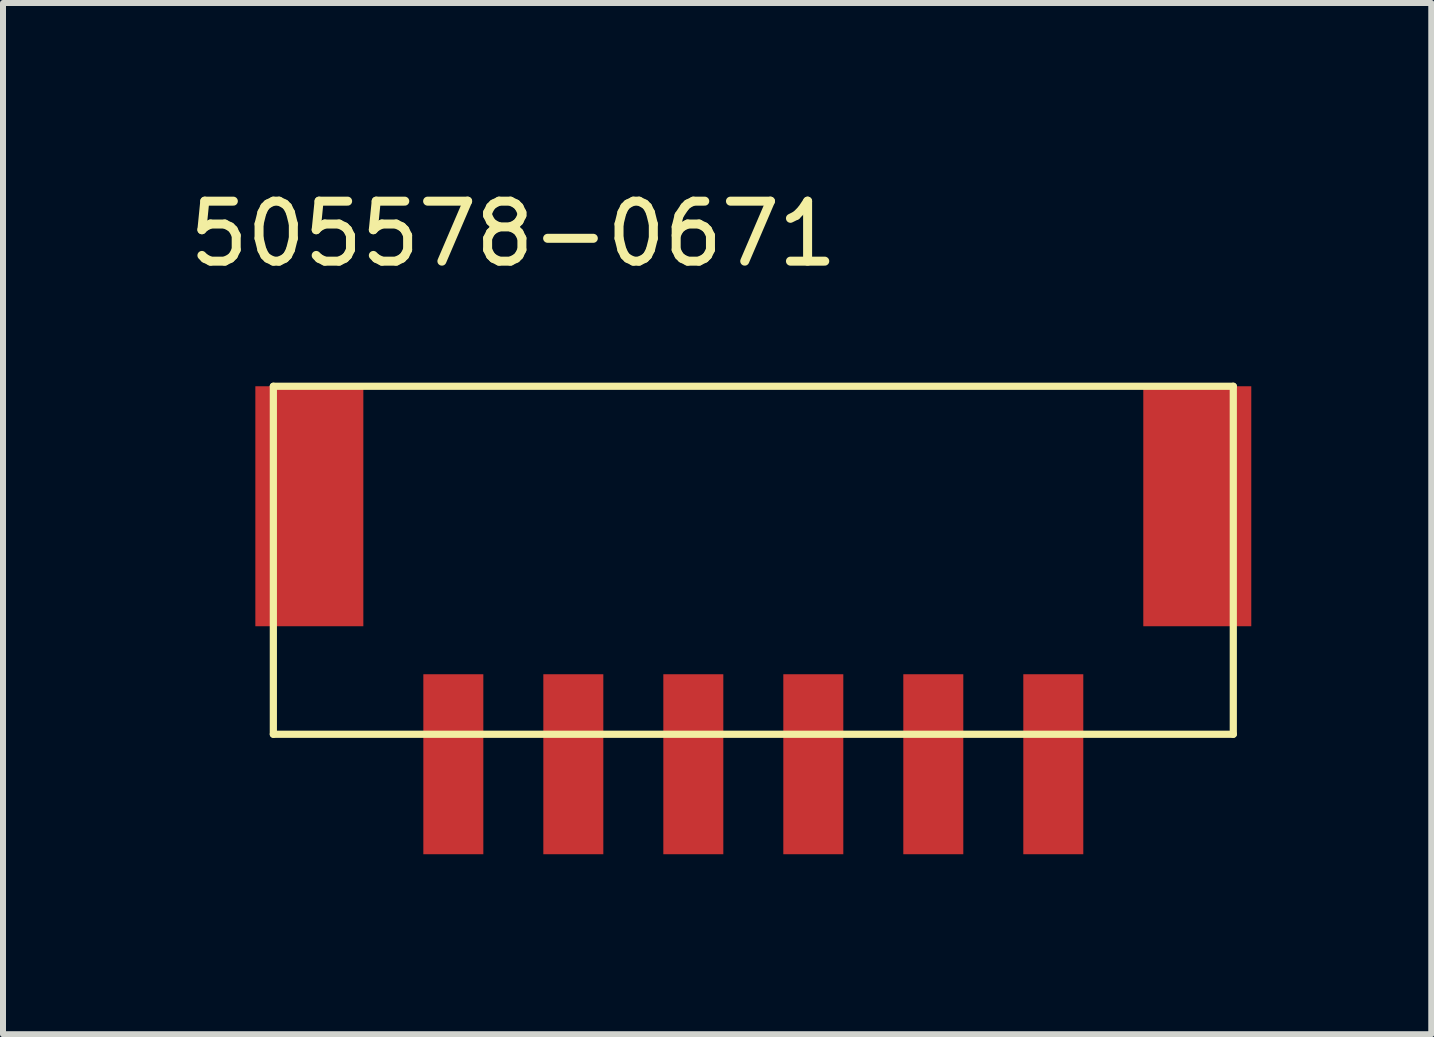
<source format=kicad_pcb>
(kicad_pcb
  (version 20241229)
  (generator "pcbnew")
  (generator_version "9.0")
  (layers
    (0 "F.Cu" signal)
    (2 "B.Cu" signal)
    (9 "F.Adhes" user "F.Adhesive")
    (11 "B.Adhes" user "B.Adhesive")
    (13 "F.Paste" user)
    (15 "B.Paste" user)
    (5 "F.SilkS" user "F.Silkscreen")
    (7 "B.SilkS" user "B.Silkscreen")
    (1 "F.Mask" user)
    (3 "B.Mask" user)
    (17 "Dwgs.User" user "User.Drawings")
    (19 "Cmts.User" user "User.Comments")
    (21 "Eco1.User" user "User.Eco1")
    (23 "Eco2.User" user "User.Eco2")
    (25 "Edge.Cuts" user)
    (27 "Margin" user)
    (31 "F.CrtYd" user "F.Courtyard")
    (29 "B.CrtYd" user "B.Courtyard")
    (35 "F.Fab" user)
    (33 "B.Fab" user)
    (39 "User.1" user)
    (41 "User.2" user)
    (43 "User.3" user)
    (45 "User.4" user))
  (footprint "505578-0671"
    (layer "F.Cu")
    (at 9.506 3.388)
    (property "Reference" "505578-0671" (at -4 -2.54 0) (layer "F.SilkS") (effects (font (size 1 1) (thickness 0.15))))
    (attr through_hole)
    (fp_line (start -8 0) (end -8 5.8) (stroke (width 0.12) (type solid)) (layer "F.SilkS"))
    (fp_line (start -8 0) (end 8 0) (stroke (width 0.12) (type solid)) (layer "F.SilkS"))
    (fp_line (start -8 5.8) (end 8 5.8) (stroke (width 0.12) (type solid)) (layer "F.SilkS"))
    (fp_line (start 8 0) (end 8 5.8) (stroke (width 0.12) (type solid)) (layer "F.SilkS"))
    (pad "1" smd rect (at -5 6.3) (size 1 3) (layers "F.Cu" "F.Mask" "F.Paste"))
    (pad "2" smd rect (at -3 6.3) (size 1 3) (layers "F.Cu" "F.Mask" "F.Paste"))
    (pad "3" smd rect (at -1 6.3) (size 1 3) (layers "F.Cu" "F.Mask" "F.Paste"))
    (pad "4" smd rect (at 1 6.3) (size 1 3) (layers "F.Cu" "F.Mask" "F.Paste"))
    (pad "5" smd rect (at 3 6.3) (size 1 3) (layers "F.Cu" "F.Mask" "F.Paste"))
    (pad "6" smd rect (at 5 6.3) (size 1 3) (layers "F.Cu" "F.Mask" "F.Paste"))
    (pad "P1" smd rect (at -7.4 2) (size 1.8 4) (layers "F.Cu" "F.Mask" "F.Paste"))
    (pad "P2" smd rect (at 7.4 2) (size 1.8 4) (layers "F.Cu" "F.Mask" "F.Paste")))
  (gr_rect
    (start -3 -3)
    (end 20.806 14.188)
    (stroke (width 0.1) (type default))
    (fill no)
    (layer "Edge.Cuts")))
</source>
